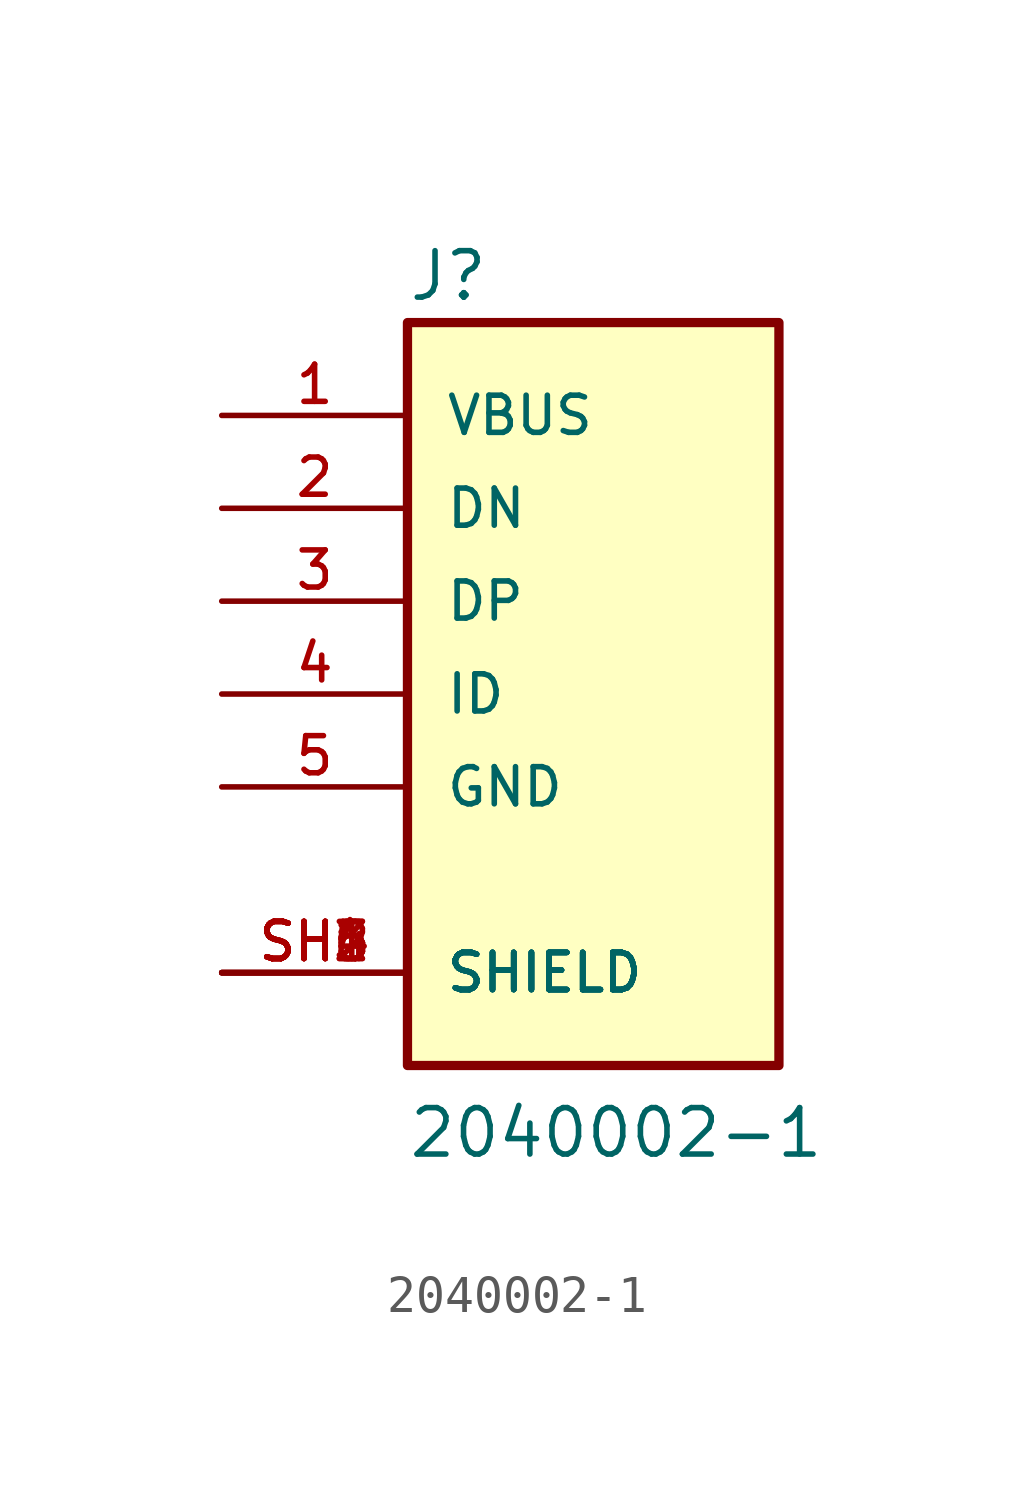
<source format=kicad_sym>
(kicad_symbol_lib
  (version 20211014)
  (generator kicad_symbol_editor)
  (symbol "2040002-1"
    (pin_names
      (offset 1.016))
    (property "Reference" "J"
      (at -5.092 10.693 0)
      (effects (font (size 1.27 1.27)) (justify bottom left)))
    (property "Value" "2040002-1"
      (at -5.098 -12.745 0)
      (effects (font (size 1.27 1.27)) (justify bottom left)))
    (symbol "2040002-1_0_0"
      (rectangle (start -5.08 -10.16) (end 5.08 10.16) (stroke (width 0.254)) (fill (type background)))
      (pin power_in line (at -10.16 7.62 0) (length 5.08) (name "VBUS" (effects (font (size 1.016 1.016)))) (number "1" (effects (font (size 1.016 1.016)))))
      (pin bidirectional line (at -10.16 5.08 0) (length 5.08) (name "DN" (effects (font (size 1.016 1.016)))) (number "2" (effects (font (size 1.016 1.016)))))
      (pin bidirectional line (at -10.16 2.54 0) (length 5.08) (name "DP" (effects (font (size 1.016 1.016)))) (number "3" (effects (font (size 1.016 1.016)))))
      (pin bidirectional line (at -10.16 0.0 0) (length 5.08) (name "ID" (effects (font (size 1.016 1.016)))) (number "4" (effects (font (size 1.016 1.016)))))
      (pin power_in line (at -10.16 -2.54 0) (length 5.08) (name "GND" (effects (font (size 1.016 1.016)))) (number "5" (effects (font (size 1.016 1.016)))))
      (pin power_in line (at -10.16 -7.62 0) (length 5.08) (name "SHIELD" (effects (font (size 1.016 1.016)))) (number "SH1" (effects (font (size 1.016 1.016)))))
      (pin power_in line (at -10.16 -7.62 0) (length 5.08) (name "SHIELD" (effects (font (size 1.016 1.016)))) (number "SH2" (effects (font (size 1.016 1.016)))))
      (pin power_in line (at -10.16 -7.62 0) (length 5.08) (name "SHIELD" (effects (font (size 1.016 1.016)))) (number "SH3" (effects (font (size 1.016 1.016)))))
      (pin power_in line (at -10.16 -7.62 0) (length 5.08) (name "SHIELD" (effects (font (size 1.016 1.016)))) (number "SH4" (effects (font (size 1.016 1.016)))))
      (pin power_in line (at -10.16 -7.62 0) (length 5.08) (name "SHIELD" (effects (font (size 1.016 1.016)))) (number "SH5" (effects (font (size 1.016 1.016)))))
      (pin power_in line (at -10.16 -7.62 0) (length 5.08) (name "SHIELD" (effects (font (size 1.016 1.016)))) (number "SH6" (effects (font (size 1.016 1.016))))))))
</source>
